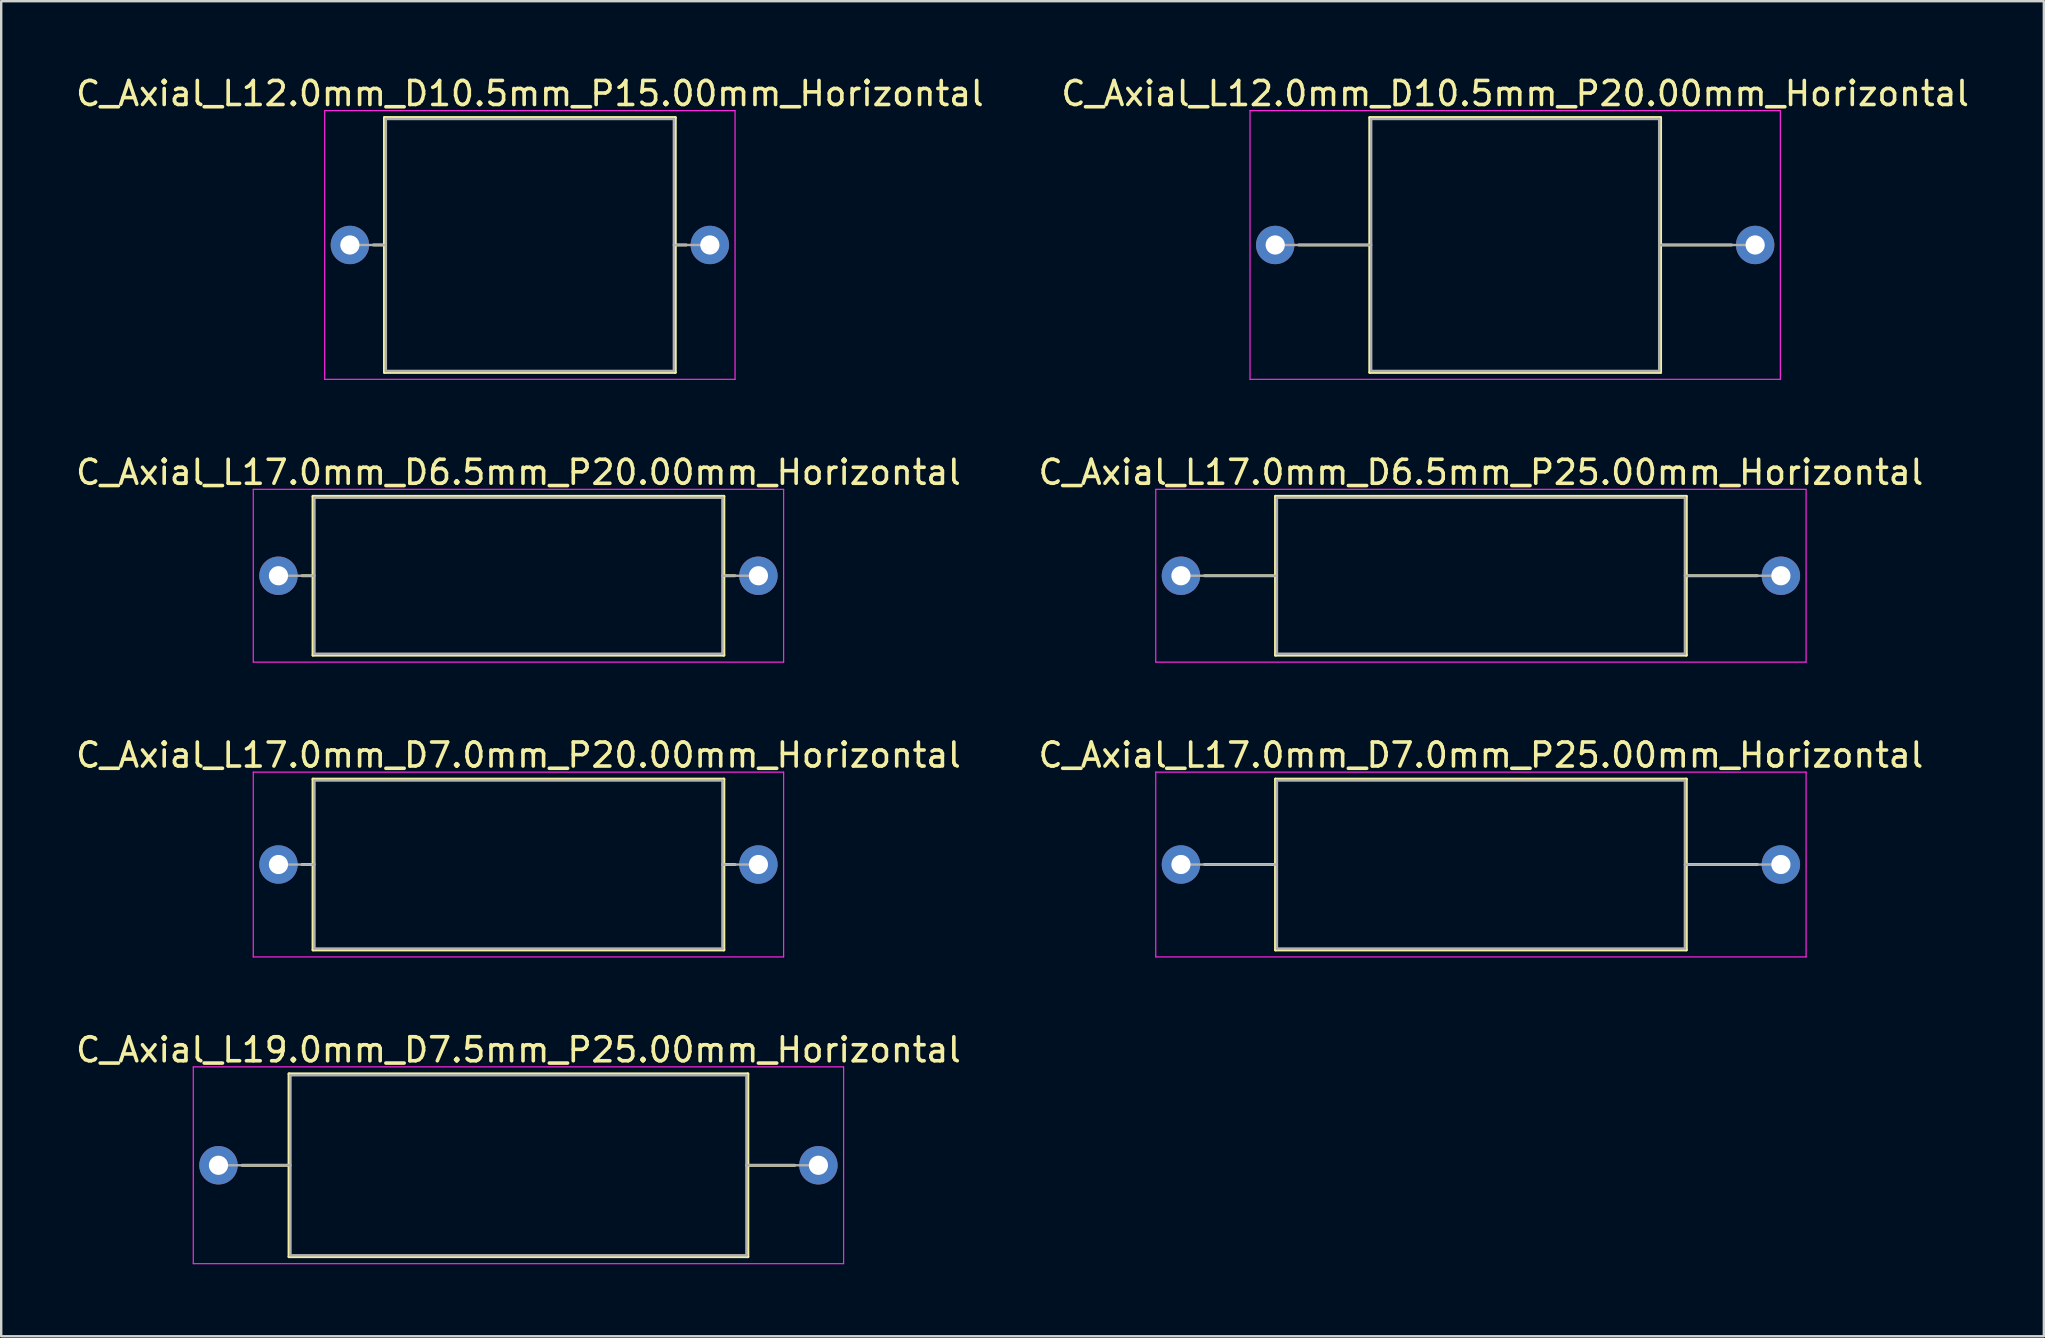
<source format=kicad_pcb>
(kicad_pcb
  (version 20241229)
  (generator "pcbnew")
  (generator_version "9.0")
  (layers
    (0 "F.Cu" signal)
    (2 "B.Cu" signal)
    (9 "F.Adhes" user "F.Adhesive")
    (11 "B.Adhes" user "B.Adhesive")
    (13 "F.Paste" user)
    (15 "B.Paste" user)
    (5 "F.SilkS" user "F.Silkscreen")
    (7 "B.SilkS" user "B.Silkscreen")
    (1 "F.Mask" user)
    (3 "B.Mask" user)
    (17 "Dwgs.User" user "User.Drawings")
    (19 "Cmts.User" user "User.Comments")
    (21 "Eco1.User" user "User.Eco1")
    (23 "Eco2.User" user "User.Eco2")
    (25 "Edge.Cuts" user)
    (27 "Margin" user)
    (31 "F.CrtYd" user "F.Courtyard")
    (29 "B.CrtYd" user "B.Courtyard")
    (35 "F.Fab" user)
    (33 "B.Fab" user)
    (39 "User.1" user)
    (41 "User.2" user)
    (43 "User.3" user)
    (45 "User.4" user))
  (footprint "C_Axial_L17.0mm_D7.0mm_P20.00mm_Horizontal"
    (layer "F.Cu")
    (at 8.554 32.975)
    (property "Reference" "C_Axial_L17.0mm_D7.0mm_P20.00mm_Horizontal" (at 10 -4.56 0) (layer "F.SilkS") (effects (font (size 1 1) (thickness 0.15))))
    (attr through_hole)
    (fp_line (start 0.98 0) (end 1.44 0) (stroke (width 0.12) (type solid)) (layer "F.SilkS"))
    (fp_line (start 1.44 -3.56) (end 1.44 3.56) (stroke (width 0.12) (type solid)) (layer "F.SilkS"))
    (fp_line (start 1.44 3.56) (end 18.56 3.56) (stroke (width 0.12) (type solid)) (layer "F.SilkS"))
    (fp_line (start 18.56 -3.56) (end 1.44 -3.56) (stroke (width 0.12) (type solid)) (layer "F.SilkS"))
    (fp_line (start 18.56 3.56) (end 18.56 -3.56) (stroke (width 0.12) (type solid)) (layer "F.SilkS"))
    (fp_line (start 19.02 0) (end 18.56 0) (stroke (width 0.12) (type solid)) (layer "F.SilkS"))
    (fp_line (start -1.05 -3.85) (end -1.05 3.85) (stroke (width 0.05) (type solid)) (layer "F.CrtYd"))
    (fp_line (start -1.05 3.85) (end 21.05 3.85) (stroke (width 0.05) (type solid)) (layer "F.CrtYd"))
    (fp_line (start 21.05 -3.85) (end -1.05 -3.85) (stroke (width 0.05) (type solid)) (layer "F.CrtYd"))
    (fp_line (start 21.05 3.85) (end 21.05 -3.85) (stroke (width 0.05) (type solid)) (layer "F.CrtYd"))
    (fp_line (start 0 0) (end 1.5 0) (stroke (width 0.1) (type solid)) (layer "F.Fab"))
    (fp_line (start 1.5 -3.5) (end 1.5 3.5) (stroke (width 0.1) (type solid)) (layer "F.Fab"))
    (fp_line (start 1.5 3.5) (end 18.5 3.5) (stroke (width 0.1) (type solid)) (layer "F.Fab"))
    (fp_line (start 18.5 -3.5) (end 1.5 -3.5) (stroke (width 0.1) (type solid)) (layer "F.Fab"))
    (fp_line (start 18.5 3.5) (end 18.5 -3.5) (stroke (width 0.1) (type solid)) (layer "F.Fab"))
    (fp_line (start 20 0) (end 18.5 0) (stroke (width 0.1) (type solid)) (layer "F.Fab"))
    (pad "1" thru_hole circle (at 0 0) (size 1.6 1.6) (drill 0.8) (layers "*.Cu" "*.Mask"))
    (pad "2" thru_hole oval (at 20 0) (size 1.6 1.6) (drill 0.8) (layers "*.Cu" "*.Mask")))
  (footprint "C_Axial_L17.0mm_D6.5mm_P25.00mm_Horizontal"
    (layer "F.Cu")
    (at 46.161 20.942)
    (property "Reference" "C_Axial_L17.0mm_D6.5mm_P25.00mm_Horizontal" (at 12.5 -4.31 0) (layer "F.SilkS") (effects (font (size 1 1) (thickness 0.15))))
    (attr through_hole)
    (fp_line (start 0.98 0) (end 3.94 0) (stroke (width 0.12) (type solid)) (layer "F.SilkS"))
    (fp_line (start 3.94 -3.31) (end 3.94 3.31) (stroke (width 0.12) (type solid)) (layer "F.SilkS"))
    (fp_line (start 3.94 3.31) (end 21.06 3.31) (stroke (width 0.12) (type solid)) (layer "F.SilkS"))
    (fp_line (start 21.06 -3.31) (end 3.94 -3.31) (stroke (width 0.12) (type solid)) (layer "F.SilkS"))
    (fp_line (start 21.06 3.31) (end 21.06 -3.31) (stroke (width 0.12) (type solid)) (layer "F.SilkS"))
    (fp_line (start 24.02 0) (end 21.06 0) (stroke (width 0.12) (type solid)) (layer "F.SilkS"))
    (fp_line (start -1.05 -3.6) (end -1.05 3.6) (stroke (width 0.05) (type solid)) (layer "F.CrtYd"))
    (fp_line (start -1.05 3.6) (end 26.05 3.6) (stroke (width 0.05) (type solid)) (layer "F.CrtYd"))
    (fp_line (start 26.05 -3.6) (end -1.05 -3.6) (stroke (width 0.05) (type solid)) (layer "F.CrtYd"))
    (fp_line (start 26.05 3.6) (end 26.05 -3.6) (stroke (width 0.05) (type solid)) (layer "F.CrtYd"))
    (fp_line (start 0 0) (end 4 0) (stroke (width 0.1) (type solid)) (layer "F.Fab"))
    (fp_line (start 4 -3.25) (end 4 3.25) (stroke (width 0.1) (type solid)) (layer "F.Fab"))
    (fp_line (start 4 3.25) (end 21 3.25) (stroke (width 0.1) (type solid)) (layer "F.Fab"))
    (fp_line (start 21 -3.25) (end 4 -3.25) (stroke (width 0.1) (type solid)) (layer "F.Fab"))
    (fp_line (start 21 3.25) (end 21 -3.25) (stroke (width 0.1) (type solid)) (layer "F.Fab"))
    (fp_line (start 25 0) (end 21 0) (stroke (width 0.1) (type solid)) (layer "F.Fab"))
    (pad "1" thru_hole circle (at 0 0) (size 1.6 1.6) (drill 0.8) (layers "*.Cu" "*.Mask"))
    (pad "2" thru_hole oval (at 25 0) (size 1.6 1.6) (drill 0.8) (layers "*.Cu" "*.Mask")))
  (footprint "C_Axial_L12.0mm_D10.5mm_P15.00mm_Horizontal"
    (layer "F.Cu")
    (at 11.53 7.158)
    (property "Reference" "C_Axial_L12.0mm_D10.5mm_P15.00mm_Horizontal" (at 7.5 -6.31 0) (layer "F.SilkS") (effects (font (size 1 1) (thickness 0.15))))
    (attr through_hole)
    (fp_line (start 0.98 0) (end 1.44 0) (stroke (width 0.12) (type solid)) (layer "F.SilkS"))
    (fp_line (start 1.44 -5.31) (end 1.44 5.31) (stroke (width 0.12) (type solid)) (layer "F.SilkS"))
    (fp_line (start 1.44 5.31) (end 13.56 5.31) (stroke (width 0.12) (type solid)) (layer "F.SilkS"))
    (fp_line (start 13.56 -5.31) (end 1.44 -5.31) (stroke (width 0.12) (type solid)) (layer "F.SilkS"))
    (fp_line (start 13.56 5.31) (end 13.56 -5.31) (stroke (width 0.12) (type solid)) (layer "F.SilkS"))
    (fp_line (start 14.02 0) (end 13.56 0) (stroke (width 0.12) (type solid)) (layer "F.SilkS"))
    (fp_line (start -1.05 -5.6) (end -1.05 5.6) (stroke (width 0.05) (type solid)) (layer "F.CrtYd"))
    (fp_line (start -1.05 5.6) (end 16.05 5.6) (stroke (width 0.05) (type solid)) (layer "F.CrtYd"))
    (fp_line (start 16.05 -5.6) (end -1.05 -5.6) (stroke (width 0.05) (type solid)) (layer "F.CrtYd"))
    (fp_line (start 16.05 5.6) (end 16.05 -5.6) (stroke (width 0.05) (type solid)) (layer "F.CrtYd"))
    (fp_line (start 0 0) (end 1.5 0) (stroke (width 0.1) (type solid)) (layer "F.Fab"))
    (fp_line (start 1.5 -5.25) (end 1.5 5.25) (stroke (width 0.1) (type solid)) (layer "F.Fab"))
    (fp_line (start 1.5 5.25) (end 13.5 5.25) (stroke (width 0.1) (type solid)) (layer "F.Fab"))
    (fp_line (start 13.5 -5.25) (end 1.5 -5.25) (stroke (width 0.1) (type solid)) (layer "F.Fab"))
    (fp_line (start 13.5 5.25) (end 13.5 -5.25) (stroke (width 0.1) (type solid)) (layer "F.Fab"))
    (fp_line (start 15 0) (end 13.5 0) (stroke (width 0.1) (type solid)) (layer "F.Fab"))
    (pad "1" thru_hole circle (at 0 0) (size 1.6 1.6) (drill 0.8) (layers "*.Cu" "*.Mask"))
    (pad "2" thru_hole oval (at 15 0) (size 1.6 1.6) (drill 0.8) (layers "*.Cu" "*.Mask")))
  (footprint "C_Axial_L12.0mm_D10.5mm_P20.00mm_Horizontal"
    (layer "F.Cu")
    (at 50.089 7.158)
    (property "Reference" "C_Axial_L12.0mm_D10.5mm_P20.00mm_Horizontal" (at 10 -6.31 0) (layer "F.SilkS") (effects (font (size 1 1) (thickness 0.15))))
    (attr through_hole)
    (fp_line (start 0.98 0) (end 3.94 0) (stroke (width 0.12) (type solid)) (layer "F.SilkS"))
    (fp_line (start 3.94 -5.31) (end 3.94 5.31) (stroke (width 0.12) (type solid)) (layer "F.SilkS"))
    (fp_line (start 3.94 5.31) (end 16.06 5.31) (stroke (width 0.12) (type solid)) (layer "F.SilkS"))
    (fp_line (start 16.06 -5.31) (end 3.94 -5.31) (stroke (width 0.12) (type solid)) (layer "F.SilkS"))
    (fp_line (start 16.06 5.31) (end 16.06 -5.31) (stroke (width 0.12) (type solid)) (layer "F.SilkS"))
    (fp_line (start 19.02 0) (end 16.06 0) (stroke (width 0.12) (type solid)) (layer "F.SilkS"))
    (fp_line (start -1.05 -5.6) (end -1.05 5.6) (stroke (width 0.05) (type solid)) (layer "F.CrtYd"))
    (fp_line (start -1.05 5.6) (end 21.05 5.6) (stroke (width 0.05) (type solid)) (layer "F.CrtYd"))
    (fp_line (start 21.05 -5.6) (end -1.05 -5.6) (stroke (width 0.05) (type solid)) (layer "F.CrtYd"))
    (fp_line (start 21.05 5.6) (end 21.05 -5.6) (stroke (width 0.05) (type solid)) (layer "F.CrtYd"))
    (fp_line (start 0 0) (end 4 0) (stroke (width 0.1) (type solid)) (layer "F.Fab"))
    (fp_line (start 4 -5.25) (end 4 5.25) (stroke (width 0.1) (type solid)) (layer "F.Fab"))
    (fp_line (start 4 5.25) (end 16 5.25) (stroke (width 0.1) (type solid)) (layer "F.Fab"))
    (fp_line (start 16 -5.25) (end 4 -5.25) (stroke (width 0.1) (type solid)) (layer "F.Fab"))
    (fp_line (start 16 5.25) (end 16 -5.25) (stroke (width 0.1) (type solid)) (layer "F.Fab"))
    (fp_line (start 20 0) (end 16 0) (stroke (width 0.1) (type solid)) (layer "F.Fab"))
    (pad "1" thru_hole circle (at 0 0) (size 1.6 1.6) (drill 0.8) (layers "*.Cu" "*.Mask"))
    (pad "2" thru_hole oval (at 20 0) (size 1.6 1.6) (drill 0.8) (layers "*.Cu" "*.Mask")))
  (footprint "C_Axial_L19.0mm_D7.5mm_P25.00mm_Horizontal"
    (layer "F.Cu")
    (at 6.054 45.508)
    (property "Reference" "C_Axial_L19.0mm_D7.5mm_P25.00mm_Horizontal" (at 12.5 -4.81 0) (layer "F.SilkS") (effects (font (size 1 1) (thickness 0.15))))
    (attr through_hole)
    (fp_line (start 0.98 0) (end 2.94 0) (stroke (width 0.12) (type solid)) (layer "F.SilkS"))
    (fp_line (start 2.94 -3.81) (end 2.94 3.81) (stroke (width 0.12) (type solid)) (layer "F.SilkS"))
    (fp_line (start 2.94 3.81) (end 22.06 3.81) (stroke (width 0.12) (type solid)) (layer "F.SilkS"))
    (fp_line (start 22.06 -3.81) (end 2.94 -3.81) (stroke (width 0.12) (type solid)) (layer "F.SilkS"))
    (fp_line (start 22.06 3.81) (end 22.06 -3.81) (stroke (width 0.12) (type solid)) (layer "F.SilkS"))
    (fp_line (start 24.02 0) (end 22.06 0) (stroke (width 0.12) (type solid)) (layer "F.SilkS"))
    (fp_line (start -1.05 -4.1) (end -1.05 4.1) (stroke (width 0.05) (type solid)) (layer "F.CrtYd"))
    (fp_line (start -1.05 4.1) (end 26.05 4.1) (stroke (width 0.05) (type solid)) (layer "F.CrtYd"))
    (fp_line (start 26.05 -4.1) (end -1.05 -4.1) (stroke (width 0.05) (type solid)) (layer "F.CrtYd"))
    (fp_line (start 26.05 4.1) (end 26.05 -4.1) (stroke (width 0.05) (type solid)) (layer "F.CrtYd"))
    (fp_line (start 0 0) (end 3 0) (stroke (width 0.1) (type solid)) (layer "F.Fab"))
    (fp_line (start 3 -3.75) (end 3 3.75) (stroke (width 0.1) (type solid)) (layer "F.Fab"))
    (fp_line (start 3 3.75) (end 22 3.75) (stroke (width 0.1) (type solid)) (layer "F.Fab"))
    (fp_line (start 22 -3.75) (end 3 -3.75) (stroke (width 0.1) (type solid)) (layer "F.Fab"))
    (fp_line (start 22 3.75) (end 22 -3.75) (stroke (width 0.1) (type solid)) (layer "F.Fab"))
    (fp_line (start 25 0) (end 22 0) (stroke (width 0.1) (type solid)) (layer "F.Fab"))
    (pad "1" thru_hole circle (at 0 0) (size 1.6 1.6) (drill 0.8) (layers "*.Cu" "*.Mask"))
    (pad "2" thru_hole oval (at 25 0) (size 1.6 1.6) (drill 0.8) (layers "*.Cu" "*.Mask")))
  (footprint "C_Axial_L17.0mm_D7.0mm_P25.00mm_Horizontal"
    (layer "F.Cu")
    (at 46.161 32.975)
    (property "Reference" "C_Axial_L17.0mm_D7.0mm_P25.00mm_Horizontal" (at 12.5 -4.56 0) (layer "F.SilkS") (effects (font (size 1 1) (thickness 0.15))))
    (attr through_hole)
    (fp_line (start 0.98 0) (end 3.94 0) (stroke (width 0.12) (type solid)) (layer "F.SilkS"))
    (fp_line (start 3.94 -3.56) (end 3.94 3.56) (stroke (width 0.12) (type solid)) (layer "F.SilkS"))
    (fp_line (start 3.94 3.56) (end 21.06 3.56) (stroke (width 0.12) (type solid)) (layer "F.SilkS"))
    (fp_line (start 21.06 -3.56) (end 3.94 -3.56) (stroke (width 0.12) (type solid)) (layer "F.SilkS"))
    (fp_line (start 21.06 3.56) (end 21.06 -3.56) (stroke (width 0.12) (type solid)) (layer "F.SilkS"))
    (fp_line (start 24.02 0) (end 21.06 0) (stroke (width 0.12) (type solid)) (layer "F.SilkS"))
    (fp_line (start -1.05 -3.85) (end -1.05 3.85) (stroke (width 0.05) (type solid)) (layer "F.CrtYd"))
    (fp_line (start -1.05 3.85) (end 26.05 3.85) (stroke (width 0.05) (type solid)) (layer "F.CrtYd"))
    (fp_line (start 26.05 -3.85) (end -1.05 -3.85) (stroke (width 0.05) (type solid)) (layer "F.CrtYd"))
    (fp_line (start 26.05 3.85) (end 26.05 -3.85) (stroke (width 0.05) (type solid)) (layer "F.CrtYd"))
    (fp_line (start 0 0) (end 4 0) (stroke (width 0.1) (type solid)) (layer "F.Fab"))
    (fp_line (start 4 -3.5) (end 4 3.5) (stroke (width 0.1) (type solid)) (layer "F.Fab"))
    (fp_line (start 4 3.5) (end 21 3.5) (stroke (width 0.1) (type solid)) (layer "F.Fab"))
    (fp_line (start 21 -3.5) (end 4 -3.5) (stroke (width 0.1) (type solid)) (layer "F.Fab"))
    (fp_line (start 21 3.5) (end 21 -3.5) (stroke (width 0.1) (type solid)) (layer "F.Fab"))
    (fp_line (start 25 0) (end 21 0) (stroke (width 0.1) (type solid)) (layer "F.Fab"))
    (pad "1" thru_hole circle (at 0 0) (size 1.6 1.6) (drill 0.8) (layers "*.Cu" "*.Mask"))
    (pad "2" thru_hole oval (at 25 0) (size 1.6 1.6) (drill 0.8) (layers "*.Cu" "*.Mask")))
  (footprint "C_Axial_L17.0mm_D6.5mm_P20.00mm_Horizontal"
    (layer "F.Cu")
    (at 8.554 20.942)
    (property "Reference" "C_Axial_L17.0mm_D6.5mm_P20.00mm_Horizontal" (at 10 -4.31 0) (layer "F.SilkS") (effects (font (size 1 1) (thickness 0.15))))
    (attr through_hole)
    (fp_line (start 0.98 0) (end 1.44 0) (stroke (width 0.12) (type solid)) (layer "F.SilkS"))
    (fp_line (start 1.44 -3.31) (end 1.44 3.31) (stroke (width 0.12) (type solid)) (layer "F.SilkS"))
    (fp_line (start 1.44 3.31) (end 18.56 3.31) (stroke (width 0.12) (type solid)) (layer "F.SilkS"))
    (fp_line (start 18.56 -3.31) (end 1.44 -3.31) (stroke (width 0.12) (type solid)) (layer "F.SilkS"))
    (fp_line (start 18.56 3.31) (end 18.56 -3.31) (stroke (width 0.12) (type solid)) (layer "F.SilkS"))
    (fp_line (start 19.02 0) (end 18.56 0) (stroke (width 0.12) (type solid)) (layer "F.SilkS"))
    (fp_line (start -1.05 -3.6) (end -1.05 3.6) (stroke (width 0.05) (type solid)) (layer "F.CrtYd"))
    (fp_line (start -1.05 3.6) (end 21.05 3.6) (stroke (width 0.05) (type solid)) (layer "F.CrtYd"))
    (fp_line (start 21.05 -3.6) (end -1.05 -3.6) (stroke (width 0.05) (type solid)) (layer "F.CrtYd"))
    (fp_line (start 21.05 3.6) (end 21.05 -3.6) (stroke (width 0.05) (type solid)) (layer "F.CrtYd"))
    (fp_line (start 0 0) (end 1.5 0) (stroke (width 0.1) (type solid)) (layer "F.Fab"))
    (fp_line (start 1.5 -3.25) (end 1.5 3.25) (stroke (width 0.1) (type solid)) (layer "F.Fab"))
    (fp_line (start 1.5 3.25) (end 18.5 3.25) (stroke (width 0.1) (type solid)) (layer "F.Fab"))
    (fp_line (start 18.5 -3.25) (end 1.5 -3.25) (stroke (width 0.1) (type solid)) (layer "F.Fab"))
    (fp_line (start 18.5 3.25) (end 18.5 -3.25) (stroke (width 0.1) (type solid)) (layer "F.Fab"))
    (fp_line (start 20 0) (end 18.5 0) (stroke (width 0.1) (type solid)) (layer "F.Fab"))
    (pad "1" thru_hole circle (at 0 0) (size 1.6 1.6) (drill 0.8) (layers "*.Cu" "*.Mask"))
    (pad "2" thru_hole oval (at 20 0) (size 1.6 1.6) (drill 0.8) (layers "*.Cu" "*.Mask")))
  (gr_rect
    (start -3 -3)
    (end 82.119 52.633)
    (stroke (width 0.1) (type default))
    (fill no)
    (layer "Edge.Cuts")))
</source>
